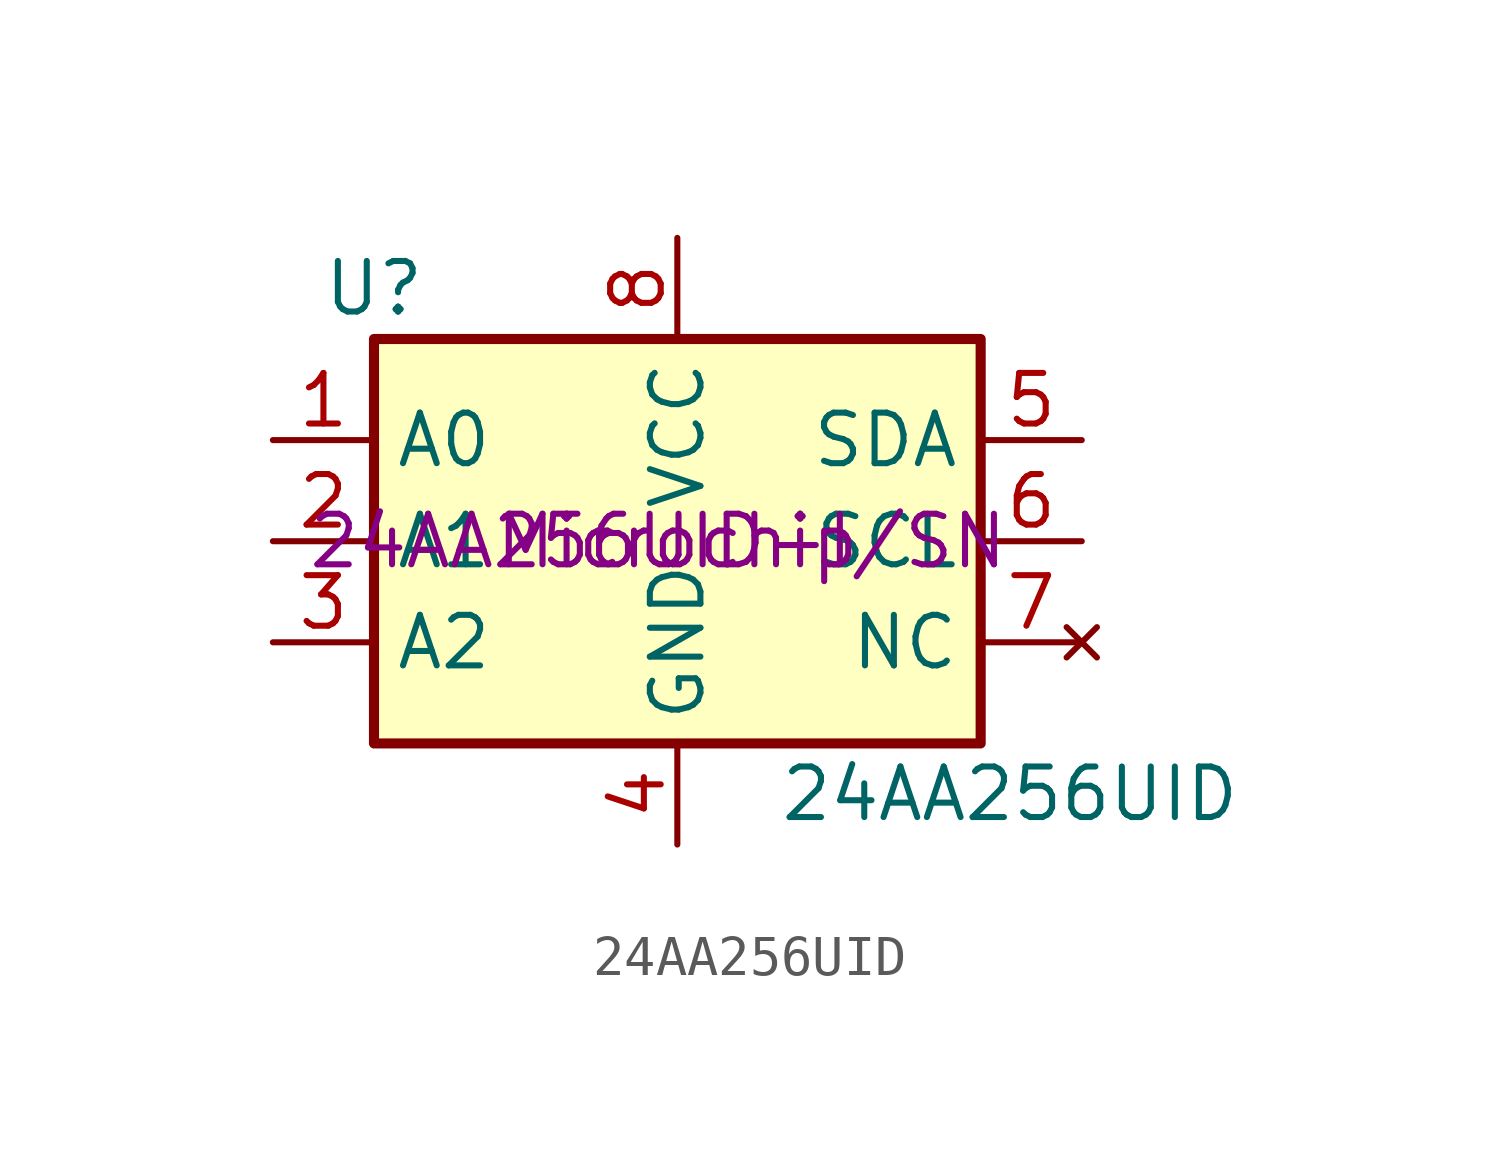
<source format=kicad_sym>
(kicad_symbol_lib
  (version 20231120)
  (generator "kicad_symbol_editor")
  (generator_version "8.0")
  (symbol "24AA256UID"
    (property "Reference" "U"
      (at -7.62 6.35 0)
      (effects (font (size 1.27 1.27))))
    (property "Value" "24AA256UID"
      (at 2.54 -6.35 0)
      (effects (font (size 1.27 1.27)) (justify left)))
    (property "Model" "24AA256UID-I/SN "
      (at 0 0 0)
      (effects (font (size 1.27 1.27))))
    (property "Manufacturer" "Microchip"
      (at 0 0 0)
      (effects (font (size 1.27 1.27))))
    (symbol "24AA256UID_1_1"
      (rectangle (start -7.62 5.08) (end 7.62 -5.08) (stroke (width 0.254) (type default)) (fill (type background)))
      (pin input line (at -10.16 2.54 0) (length 2.54) (name "A0" (effects (font (size 1.27 1.27)))) (number "1" (effects (font (size 1.27 1.27)))))
      (pin input line (at -10.16 0 0) (length 2.54) (name "A1" (effects (font (size 1.27 1.27)))) (number "2" (effects (font (size 1.27 1.27)))))
      (pin input line (at -10.16 -2.54 0) (length 2.54) (name "A2" (effects (font (size 1.27 1.27)))) (number "3" (effects (font (size 1.27 1.27)))))
      (pin power_in line (at 0 -7.62 90) (length 2.54) (name "GND" (effects (font (size 1.27 1.27)))) (number "4" (effects (font (size 1.27 1.27)))))
      (pin bidirectional line (at 10.16 2.54 180) (length 2.54) (name "SDA" (effects (font (size 1.27 1.27)))) (number "5" (effects (font (size 1.27 1.27)))))
      (pin input line (at 10.16 0 180) (length 2.54) (name "SCL" (effects (font (size 1.27 1.27)))) (number "6" (effects (font (size 1.27 1.27)))))
      (pin no_connect line (at 10.16 -2.54 180) (length 2.54) (name "NC" (effects (font (size 1.27 1.27)))) (number "7" (effects (font (size 1.27 1.27)))))
      (pin power_in line (at 0 7.62 270) (length 2.54) (name "VCC" (effects (font (size 1.27 1.27)))) (number "8" (effects (font (size 1.27 1.27))))))))
</source>
